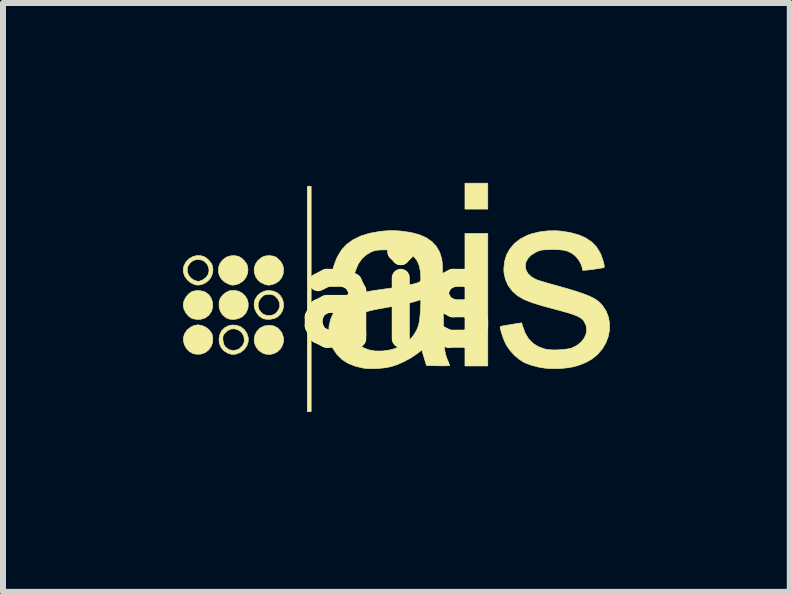
<source format=kicad_pcb>
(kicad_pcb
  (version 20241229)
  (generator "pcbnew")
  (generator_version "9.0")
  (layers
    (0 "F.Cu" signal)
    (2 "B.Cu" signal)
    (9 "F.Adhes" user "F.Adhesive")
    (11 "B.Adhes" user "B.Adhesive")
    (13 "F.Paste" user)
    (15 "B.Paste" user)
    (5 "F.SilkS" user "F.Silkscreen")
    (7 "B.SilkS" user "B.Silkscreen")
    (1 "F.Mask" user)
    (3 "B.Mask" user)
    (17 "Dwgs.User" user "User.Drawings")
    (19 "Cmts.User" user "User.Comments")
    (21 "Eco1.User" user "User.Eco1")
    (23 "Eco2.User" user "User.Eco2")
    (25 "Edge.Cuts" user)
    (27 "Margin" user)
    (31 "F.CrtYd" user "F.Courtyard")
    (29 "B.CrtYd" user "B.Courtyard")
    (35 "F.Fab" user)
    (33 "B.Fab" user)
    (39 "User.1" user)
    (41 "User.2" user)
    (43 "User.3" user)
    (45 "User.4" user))
  (footprint "ais"
    (layer "F.Cu")
    (at 3.561 1.91)
    (property "Reference" "ais" (at 0 0 0) (layer "F.SilkS") (effects (font (size 1.524 1.524) (thickness 0.3))))
    (attr through_hole)
    (fp_poly (pts (xy -1.422 1.905) (xy -1.486 1.905) (xy -1.486 -1.854) (xy -1.422 -1.854) (xy -1.422 1.905)) (stroke (width 0.01) (type solid)) (fill yes) (layer "F.SilkS"))
    (fp_poly (pts (xy 1.524 -1.473) (xy 1.143 -1.473) (xy 1.143 -1.905) (xy 1.524 -1.905) (xy 1.524 -1.473)) (stroke (width 0.01) (type solid)) (fill yes) (layer "F.SilkS"))
    (fp_poly (pts (xy 1.524 1.143) (xy 1.143 1.143) (xy 1.143 -1.067) (xy 1.524 -1.067) (xy 1.524 1.143)) (stroke (width 0.01) (type solid)) (fill yes) (layer "F.SilkS"))
    (fp_poly (pts (xy -2.043 0.476) (xy -1.978 0.511) (xy -1.926 0.567) (xy -1.908 0.597) (xy -1.884 0.668) (xy -1.883 0.738) (xy -1.901 0.802) (xy -1.935 0.859) (xy -1.983 0.905) (xy -2.042 0.937) (xy -2.109 0.951) (xy -2.18 0.946) (xy -2.229 0.929) (xy -2.293 0.887) (xy -2.338 0.831) (xy -2.366 0.765) (xy -2.373 0.695) (xy -2.358 0.624) (xy -2.329 0.568) (xy -2.275 0.511) (xy -2.208 0.477) (xy -2.128 0.464) (xy -2.118 0.464) (xy -2.043 0.476)) (stroke (width 0.01) (type solid)) (fill yes) (layer "F.SilkS"))
    (fp_poly (pts (xy -3.241 0.469) (xy -3.176 0.499) (xy -3.12 0.544) (xy -3.081 0.599) (xy -3.074 0.614) (xy -3.062 0.674) (xy -3.065 0.742) (xy -3.082 0.803) (xy -3.086 0.812) (xy -3.132 0.876) (xy -3.192 0.922) (xy -3.263 0.946) (xy -3.34 0.947) (xy -3.39 0.936) (xy -3.45 0.904) (xy -3.5 0.854) (xy -3.535 0.791) (xy -3.552 0.722) (xy -3.552 0.668) (xy -3.531 0.603) (xy -3.491 0.545) (xy -3.436 0.498) (xy -3.372 0.467) (xy -3.309 0.457) (xy -3.241 0.469)) (stroke (width 0.01) (type solid)) (fill yes) (layer "F.SilkS"))
    (fp_poly (pts (xy -2.628 -0.102) (xy -2.568 -0.069) (xy -2.52 -0.022) (xy -2.487 0.036) (xy -2.471 0.101) (xy -2.474 0.17) (xy -2.499 0.239) (xy -2.523 0.276) (xy -2.574 0.324) (xy -2.639 0.355) (xy -2.71 0.368) (xy -2.783 0.362) (xy -2.835 0.342) (xy -2.894 0.297) (xy -2.935 0.237) (xy -2.957 0.164) (xy -2.957 0.081) (xy -2.954 0.057) (xy -2.933 0.007) (xy -2.894 -0.041) (xy -2.844 -0.082) (xy -2.789 -0.108) (xy -2.775 -0.112) (xy -2.697 -0.117) (xy -2.628 -0.102)) (stroke (width 0.01) (type solid)) (fill yes) (layer "F.SilkS"))
    (fp_poly (pts (xy -2.054 -0.689) (xy -2.005 -0.67) (xy -1.998 -0.665) (xy -1.935 -0.606) (xy -1.896 -0.539) (xy -1.882 -0.478) (xy -1.887 -0.399) (xy -1.914 -0.329) (xy -1.961 -0.271) (xy -2.026 -0.23) (xy -2.064 -0.217) (xy -2.108 -0.207) (xy -2.141 -0.205) (xy -2.177 -0.213) (xy -2.203 -0.222) (xy -2.267 -0.253) (xy -2.314 -0.295) (xy -2.346 -0.343) (xy -2.371 -0.414) (xy -2.372 -0.486) (xy -2.351 -0.555) (xy -2.309 -0.616) (xy -2.248 -0.666) (xy -2.23 -0.676) (xy -2.177 -0.693) (xy -2.115 -0.697) (xy -2.054 -0.689)) (stroke (width 0.01) (type solid)) (fill yes) (layer "F.SilkS"))
    (fp_poly (pts (xy -3.273 -0.112) (xy -3.209 -0.098) (xy -3.187 -0.089) (xy -3.13 -0.046) (xy -3.09 0.011) (xy -3.067 0.079) (xy -3.063 0.152) (xy -3.081 0.223) (xy -3.086 0.236) (xy -3.13 0.298) (xy -3.189 0.342) (xy -3.261 0.365) (xy -3.301 0.368) (xy -3.349 0.364) (xy -3.392 0.356) (xy -3.41 0.35) (xy -3.465 0.313) (xy -3.511 0.259) (xy -3.543 0.195) (xy -3.556 0.13) (xy -3.556 0.124) (xy -3.544 0.062) (xy -3.513 -0.000382) (xy -3.469 -0.055) (xy -3.416 -0.093) (xy -3.4 -0.101) (xy -3.34 -0.113) (xy -3.273 -0.112)) (stroke (width 0.01) (type solid)) (fill yes) (layer "F.SilkS"))
    (fp_poly (pts (xy -2.637 -0.686) (xy -2.625 -0.681) (xy -2.58 -0.653) (xy -2.536 -0.611) (xy -2.502 -0.566) (xy -2.49 -0.542) (xy -2.475 -0.469) (xy -2.483 -0.397) (xy -2.511 -0.331) (xy -2.557 -0.274) (xy -2.619 -0.233) (xy -2.661 -0.217) (xy -2.705 -0.207) (xy -2.738 -0.205) (xy -2.773 -0.213) (xy -2.795 -0.221) (xy -2.866 -0.257) (xy -2.919 -0.308) (xy -2.954 -0.368) (xy -2.97 -0.433) (xy -2.966 -0.5) (xy -2.944 -0.564) (xy -2.901 -0.622) (xy -2.839 -0.669) (xy -2.829 -0.674) (xy -2.769 -0.693) (xy -2.701 -0.697) (xy -2.637 -0.686)) (stroke (width 0.01) (type solid)) (fill yes) (layer "F.SilkS"))
    (fp_poly (pts (xy -2.661 0.465) (xy -2.592 0.493) (xy -2.535 0.539) (xy -2.493 0.601) (xy -2.471 0.671) (xy -2.472 0.741) (xy -2.495 0.809) (xy -2.538 0.868) (xy -2.597 0.915) (xy -2.609 0.921) (xy -2.682 0.947) (xy -2.751 0.949) (xy -2.807 0.932) (xy -2.877 0.89) (xy -2.925 0.834) (xy -2.953 0.764) (xy -2.959 0.704) (xy -2.957 0.686) (xy -2.895 0.686) (xy -2.893 0.714) (xy -2.88 0.78) (xy -2.85 0.829) (xy -2.8 0.866) (xy -2.788 0.872) (xy -2.736 0.884) (xy -2.679 0.88) (xy -2.628 0.861) (xy -2.618 0.854) (xy -2.568 0.806) (xy -2.541 0.752) (xy -2.536 0.708) (xy -2.547 0.641) (xy -2.581 0.585) (xy -2.629 0.547) (xy -2.693 0.524) (xy -2.755 0.526) (xy -2.813 0.552) (xy -2.864 0.599) (xy -2.884 0.626) (xy -2.893 0.652) (xy -2.895 0.686) (xy -2.957 0.686) (xy -2.948 0.625) (xy -2.916 0.558) (xy -2.865 0.506) (xy -2.799 0.472) (xy -2.737 0.46) (xy -2.661 0.465)) (stroke (width 0.01) (type solid)) (fill yes) (layer "F.SilkS"))
    (fp_poly (pts (xy -3.21 -0.681) (xy -3.165 -0.653) (xy -3.12 -0.611) (xy -3.086 -0.566) (xy -3.074 -0.542) (xy -3.059 -0.47) (xy -3.067 -0.398) (xy -3.095 -0.331) (xy -3.141 -0.275) (xy -3.202 -0.233) (xy -3.245 -0.217) (xy -3.289 -0.207) (xy -3.323 -0.206) (xy -3.359 -0.213) (xy -3.368 -0.216) (xy -3.433 -0.247) (xy -3.488 -0.295) (xy -3.53 -0.354) (xy -3.553 -0.42) (xy -3.556 -0.454) (xy -3.551 -0.485) (xy -3.488 -0.485) (xy -3.487 -0.427) (xy -3.466 -0.371) (xy -3.427 -0.323) (xy -3.376 -0.288) (xy -3.315 -0.269) (xy -3.302 -0.268) (xy -3.279 -0.273) (xy -3.245 -0.286) (xy -3.225 -0.295) (xy -3.173 -0.334) (xy -3.139 -0.385) (xy -3.125 -0.442) (xy -3.131 -0.5) (xy -3.157 -0.555) (xy -3.203 -0.601) (xy -3.216 -0.61) (xy -3.275 -0.632) (xy -3.335 -0.632) (xy -3.392 -0.613) (xy -3.44 -0.576) (xy -3.475 -0.524) (xy -3.488 -0.485) (xy -3.551 -0.485) (xy -3.544 -0.525) (xy -3.512 -0.588) (xy -3.464 -0.64) (xy -3.404 -0.677) (xy -3.336 -0.697) (xy -3.265 -0.697) (xy -3.21 -0.681)) (stroke (width 0.01) (type solid)) (fill yes) (layer "F.SilkS"))
    (fp_poly (pts (xy -2.05 -0.105) (xy -1.987 -0.076) (xy -1.937 -0.031) (xy -1.903 0.025) (xy -1.884 0.087) (xy -1.882 0.153) (xy -1.898 0.218) (xy -1.934 0.279) (xy -1.99 0.33) (xy -1.991 0.331) (xy -2.039 0.352) (xy -2.1 0.364) (xy -2.163 0.366) (xy -2.218 0.355) (xy -2.229 0.351) (xy -2.288 0.311) (xy -2.333 0.255) (xy -2.363 0.189) (xy -2.374 0.119) (xy -2.371 0.1) (xy -2.306 0.1) (xy -2.305 0.161) (xy -2.283 0.218) (xy -2.239 0.267) (xy -2.219 0.281) (xy -2.169 0.299) (xy -2.112 0.303) (xy -2.056 0.291) (xy -2.012 0.266) (xy -2.012 0.266) (xy -1.966 0.209) (xy -1.945 0.149) (xy -1.948 0.088) (xy -1.976 0.029) (xy -2.02 -0.018) (xy -2.051 -0.039) (xy -2.085 -0.049) (xy -2.128 -0.051) (xy -2.173 -0.048) (xy -2.205 -0.038) (xy -2.235 -0.016) (xy -2.24 -0.012) (xy -2.284 0.041) (xy -2.306 0.1) (xy -2.371 0.1) (xy -2.363 0.05) (xy -2.358 0.035) (xy -2.317 -0.031) (xy -2.259 -0.079) (xy -2.188 -0.109) (xy -2.125 -0.116) (xy -2.05 -0.105)) (stroke (width 0.01) (type solid)) (fill yes) (layer "F.SilkS"))
    (fp_poly (pts (xy 2.743 -1.106) (xy 2.902 -1.081) (xy 3.04 -1.043) (xy 3.158 -0.991) (xy 3.256 -0.925) (xy 3.334 -0.845) (xy 3.393 -0.751) (xy 3.397 -0.744) (xy 3.419 -0.692) (xy 3.438 -0.638) (xy 3.454 -0.585) (xy 3.464 -0.541) (xy 3.467 -0.51) (xy 3.464 -0.5) (xy 3.448 -0.495) (xy 3.414 -0.489) (xy 3.365 -0.481) (xy 3.309 -0.472) (xy 3.25 -0.464) (xy 3.195 -0.458) (xy 3.149 -0.453) (xy 3.119 -0.451) (xy 3.109 -0.452) (xy 3.101 -0.469) (xy 3.099 -0.487) (xy 3.09 -0.528) (xy 3.067 -0.578) (xy 3.034 -0.631) (xy 2.996 -0.678) (xy 2.975 -0.699) (xy 2.92 -0.739) (xy 2.859 -0.769) (xy 2.787 -0.788) (xy 2.701 -0.797) (xy 2.595 -0.799) (xy 2.573 -0.798) (xy 2.504 -0.796) (xy 2.453 -0.793) (xy 2.415 -0.788) (xy 2.384 -0.779) (xy 2.353 -0.767) (xy 2.319 -0.751) (xy 2.243 -0.703) (xy 2.19 -0.646) (xy 2.158 -0.584) (xy 2.149 -0.519) (xy 2.162 -0.455) (xy 2.196 -0.395) (xy 2.252 -0.342) (xy 2.329 -0.299) (xy 2.346 -0.292) (xy 2.376 -0.282) (xy 2.426 -0.267) (xy 2.491 -0.247) (xy 2.568 -0.225) (xy 2.652 -0.202) (xy 2.691 -0.191) (xy 2.842 -0.148) (xy 2.97 -0.11) (xy 3.077 -0.075) (xy 3.167 -0.042) (xy 3.242 -0.01) (xy 3.303 0.021) (xy 3.353 0.054) (xy 3.394 0.088) (xy 3.429 0.126) (xy 3.434 0.132) (xy 3.497 0.227) (xy 3.537 0.331) (xy 3.555 0.439) (xy 3.553 0.549) (xy 3.531 0.659) (xy 3.49 0.764) (xy 3.431 0.862) (xy 3.354 0.951) (xy 3.261 1.027) (xy 3.172 1.078) (xy 3.108 1.106) (xy 3.035 1.133) (xy 2.967 1.153) (xy 2.959 1.155) (xy 2.869 1.172) (xy 2.764 1.183) (xy 2.653 1.188) (xy 2.549 1.186) (xy 2.477 1.18) (xy 2.362 1.16) (xy 2.251 1.131) (xy 2.152 1.094) (xy 2.115 1.076) (xy 2.039 1.026) (xy 1.963 0.96) (xy 1.894 0.883) (xy 1.838 0.803) (xy 1.826 0.78) (xy 1.805 0.735) (xy 1.783 0.681) (xy 1.763 0.625) (xy 1.747 0.572) (xy 1.735 0.528) (xy 1.73 0.497) (xy 1.732 0.486) (xy 1.747 0.481) (xy 1.782 0.474) (xy 1.832 0.465) (xy 1.894 0.455) (xy 1.914 0.451) (xy 2.089 0.424) (xy 2.105 0.482) (xy 2.148 0.597) (xy 2.205 0.691) (xy 2.278 0.766) (xy 2.368 0.822) (xy 2.474 0.86) (xy 2.491 0.864) (xy 2.552 0.872) (xy 2.627 0.876) (xy 2.71 0.874) (xy 2.791 0.868) (xy 2.864 0.858) (xy 2.922 0.845) (xy 2.931 0.841) (xy 3.014 0.799) (xy 3.081 0.744) (xy 3.131 0.68) (xy 3.162 0.611) (xy 3.173 0.54) (xy 3.163 0.469) (xy 3.131 0.402) (xy 3.111 0.376) (xy 3.086 0.352) (xy 3.052 0.33) (xy 3.007 0.308) (xy 2.948 0.285) (xy 2.872 0.26) (xy 2.776 0.233) (xy 2.67 0.204) (xy 2.543 0.17) (xy 2.437 0.141) (xy 2.349 0.114) (xy 2.275 0.091) (xy 2.213 0.068) (xy 2.157 0.046) (xy 2.125 0.032) (xy 2.019 -0.029) (xy 1.932 -0.107) (xy 1.864 -0.198) (xy 1.818 -0.301) (xy 1.794 -0.413) (xy 1.791 -0.475) (xy 1.803 -0.597) (xy 1.837 -0.71) (xy 1.894 -0.812) (xy 1.971 -0.901) (xy 2.067 -0.976) (xy 2.182 -1.035) (xy 2.249 -1.06) (xy 2.382 -1.092) (xy 2.526 -1.11) (xy 2.671 -1.112) (xy 2.743 -1.106)) (stroke (width 0.01) (type solid)) (fill yes) (layer "F.SilkS"))
    (fp_poly (pts (xy 0.048 -1.109) (xy 0.089 -1.105) (xy 0.246 -1.082) (xy 0.382 -1.046) (xy 0.497 -0.995) (xy 0.591 -0.93) (xy 0.665 -0.851) (xy 0.72 -0.757) (xy 0.754 -0.648) (xy 0.76 -0.612) (xy 0.763 -0.582) (xy 0.766 -0.531) (xy 0.769 -0.459) (xy 0.771 -0.37) (xy 0.774 -0.267) (xy 0.776 -0.153) (xy 0.778 -0.03) (xy 0.78 0.098) (xy 0.78 0.127) (xy 0.782 0.288) (xy 0.784 0.425) (xy 0.786 0.542) (xy 0.789 0.64) (xy 0.792 0.722) (xy 0.797 0.791) (xy 0.802 0.848) (xy 0.809 0.896) (xy 0.817 0.937) (xy 0.827 0.973) (xy 0.839 1.008) (xy 0.852 1.043) (xy 0.856 1.051) (xy 0.873 1.091) (xy 0.884 1.122) (xy 0.889 1.137) (xy 0.877 1.139) (xy 0.844 1.14) (xy 0.794 1.141) (xy 0.732 1.141) (xy 0.695 1.14) (xy 0.502 1.137) (xy 0.474 1.048) (xy 0.459 0.997) (xy 0.445 0.951) (xy 0.436 0.919) (xy 0.425 0.878) (xy 0.33 0.949) (xy 0.232 1.013) (xy 0.124 1.072) (xy 0.013 1.121) (xy -0.091 1.155) (xy -0.094 1.155) (xy -0.171 1.171) (xy -0.261 1.181) (xy -0.357 1.187) (xy -0.448 1.188) (xy -0.525 1.183) (xy -0.54 1.181) (xy -0.681 1.149) (xy -0.804 1.1) (xy -0.908 1.034) (xy -0.992 0.951) (xy -1.058 0.852) (xy -1.068 0.832) (xy -1.11 0.715) (xy -1.128 0.597) (xy -1.126 0.545) (xy -0.728 0.545) (xy -0.72 0.626) (xy -0.692 0.703) (xy -0.644 0.77) (xy -0.625 0.789) (xy -0.548 0.84) (xy -0.454 0.876) (xy -0.349 0.894) (xy -0.234 0.894) (xy -0.114 0.877) (xy -0.036 0.856) (xy 0.082 0.807) (xy 0.184 0.74) (xy 0.268 0.656) (xy 0.332 0.557) (xy 0.334 0.552) (xy 0.356 0.502) (xy 0.373 0.448) (xy 0.385 0.385) (xy 0.394 0.307) (xy 0.401 0.21) (xy 0.402 0.195) (xy 0.405 0.129) (xy 0.407 0.084) (xy 0.406 0.057) (xy 0.402 0.044) (xy 0.396 0.041) (xy 0.386 0.043) (xy 0.324 0.064) (xy 0.241 0.087) (xy 0.144 0.11) (xy 0.039 0.131) (xy -0.038 0.145) (xy -0.166 0.168) (xy -0.271 0.187) (xy -0.356 0.203) (xy -0.424 0.218) (xy -0.479 0.232) (xy -0.522 0.246) (xy -0.556 0.261) (xy -0.584 0.278) (xy -0.608 0.297) (xy -0.632 0.319) (xy -0.634 0.321) (xy -0.686 0.387) (xy -0.717 0.463) (xy -0.728 0.545) (xy -1.126 0.545) (xy -1.124 0.479) (xy -1.097 0.364) (xy -1.05 0.257) (xy -0.982 0.159) (xy -0.895 0.074) (xy -0.8 0.009) (xy -0.731 -0.024) (xy -0.651 -0.054) (xy -0.557 -0.079) (xy -0.445 -0.103) (xy -0.312 -0.124) (xy -0.241 -0.134) (xy -0.123 -0.15) (xy -0.01 -0.168) (xy 0.096 -0.186) (xy 0.19 -0.203) (xy 0.269 -0.22) (xy 0.329 -0.236) (xy 0.363 -0.247) (xy 0.388 -0.259) (xy 0.401 -0.274) (xy 0.406 -0.299) (xy 0.406 -0.334) (xy 0.399 -0.441) (xy 0.378 -0.536) (xy 0.344 -0.614) (xy 0.298 -0.672) (xy 0.296 -0.674) (xy 0.245 -0.716) (xy 0.192 -0.747) (xy 0.134 -0.769) (xy 0.064 -0.783) (xy -0.021 -0.791) (xy -0.125 -0.793) (xy -0.14 -0.793) (xy -0.218 -0.793) (xy -0.275 -0.791) (xy -0.319 -0.788) (xy -0.353 -0.782) (xy -0.383 -0.773) (xy -0.412 -0.763) (xy -0.5 -0.714) (xy -0.576 -0.645) (xy -0.637 -0.556) (xy -0.682 -0.449) (xy -0.686 -0.435) (xy -0.699 -0.402) (xy -0.711 -0.388) (xy -0.729 -0.387) (xy -0.752 -0.391) (xy -0.794 -0.398) (xy -0.848 -0.406) (xy -0.908 -0.414) (xy -0.967 -0.422) (xy -1.016 -0.429) (xy -1.049 -0.434) (xy -1.063 -0.437) (xy -1.063 -0.437) (xy -1.063 -0.452) (xy -1.055 -0.485) (xy -1.042 -0.529) (xy -1.024 -0.58) (xy -1.004 -0.631) (xy -0.985 -0.677) (xy -0.98 -0.686) (xy -0.914 -0.794) (xy -0.828 -0.886) (xy -0.722 -0.962) (xy -0.596 -1.024) (xy -0.451 -1.069) (xy -0.285 -1.099) (xy -0.225 -1.106) (xy -0.128 -1.113) (xy -0.042 -1.114) (xy 0.048 -1.109)) (stroke (width 0.01) (type solid)) (fill yes) (layer "F.SilkS")))
  (gr_rect
    (start -3 -3)
    (end 10.121 6.82)
    (stroke (width 0.1) (type default))
    (fill no)
    (layer "Edge.Cuts")))
</source>
